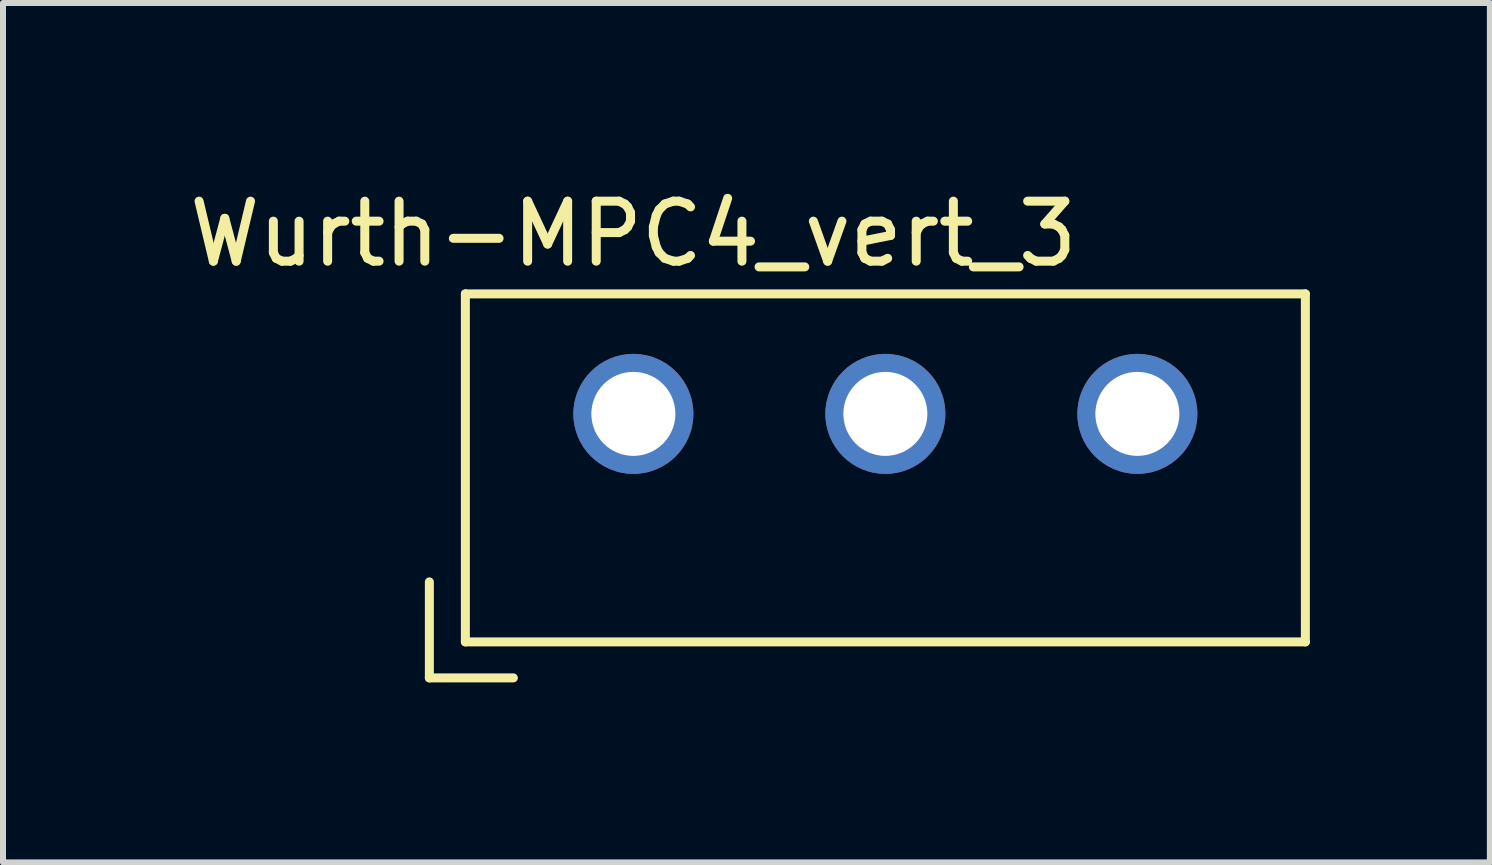
<source format=kicad_pcb>
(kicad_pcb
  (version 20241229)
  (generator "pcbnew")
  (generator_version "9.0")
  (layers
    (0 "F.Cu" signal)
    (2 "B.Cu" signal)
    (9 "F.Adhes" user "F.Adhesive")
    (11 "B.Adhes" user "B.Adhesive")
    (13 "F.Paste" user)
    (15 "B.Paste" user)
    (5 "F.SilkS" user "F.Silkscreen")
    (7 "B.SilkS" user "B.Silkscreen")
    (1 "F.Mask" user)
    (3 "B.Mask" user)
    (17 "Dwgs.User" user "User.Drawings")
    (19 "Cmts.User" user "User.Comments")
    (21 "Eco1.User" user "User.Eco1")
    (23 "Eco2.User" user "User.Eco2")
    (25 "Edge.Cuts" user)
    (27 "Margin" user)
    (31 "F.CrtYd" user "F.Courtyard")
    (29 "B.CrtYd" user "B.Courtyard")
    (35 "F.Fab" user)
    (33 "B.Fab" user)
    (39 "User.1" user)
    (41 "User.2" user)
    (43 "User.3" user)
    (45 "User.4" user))
  (footprint "Wurth-MPC4_vert_3"
    (layer "F.Cu")
    (at 7.506 3.848)
    (property "Reference" "Wurth-MPC4_vert_3" (at 0 -3 0) (layer "F.SilkS") (effects (font (size 1 1) (thickness 0.15))))
    (attr through_hole)
    (fp_line (start -3.4 2.8) (end -3.4 4.4) (stroke (width 0.15) (type solid)) (layer "F.SilkS"))
    (fp_line (start -3.4 4.4) (end -2 4.4) (stroke (width 0.15) (type solid)) (layer "F.SilkS"))
    (fp_line (start -2.8 -2) (end -2.8 3.8) (stroke (width 0.15) (type solid)) (layer "F.SilkS"))
    (fp_line (start -2.8 3.8) (end 11.2 3.8) (stroke (width 0.15) (type solid)) (layer "F.SilkS"))
    (fp_line (start 11.2 -2) (end -2.8 -2) (stroke (width 0.15) (type solid)) (layer "F.SilkS"))
    (fp_line (start 11.2 3.8) (end 11.2 -2) (stroke (width 0.15) (type solid)) (layer "F.SilkS"))
    (pad "1" thru_hole circle (at 0 0) (size 2 2) (drill 1.4) (layers "*.Cu" "*.Mask"))
    (pad "2" thru_hole circle (at 4.2 0) (size 2 2) (drill 1.4) (layers "*.Cu" "*.Mask"))
    (pad "3" thru_hole circle (at 8.4 0) (size 2 2) (drill 1.4) (layers "*.Cu" "*.Mask")))
  (gr_rect
    (start -3 -3)
    (end 21.781 11.323)
    (stroke (width 0.1) (type default))
    (fill no)
    (layer "Edge.Cuts")))
</source>
